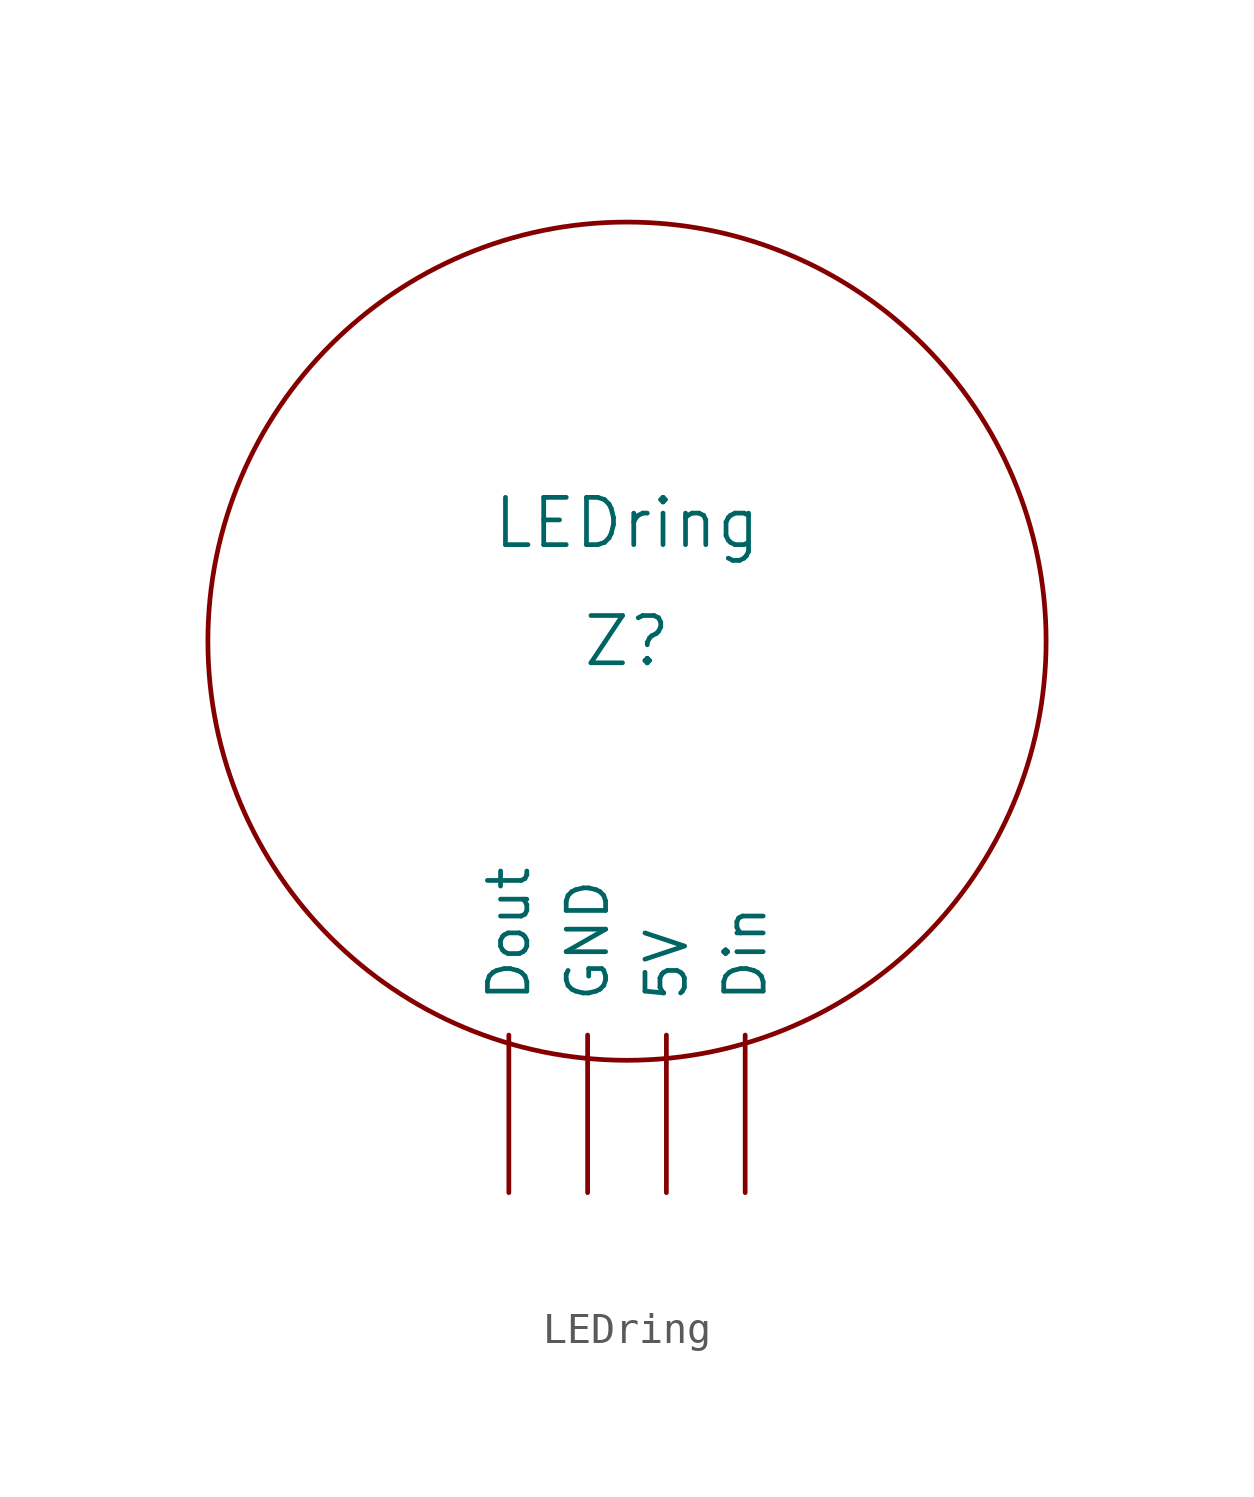
<source format=kicad_sym>
(kicad_symbol_lib
  (version 20220914)
  (generator kicad_symbol_editor)
  (symbol "LEDring"
    (pin_names
      (offset 1.016))
    (property "Reference" "Z"
      (at 0 0 0)
      (effects (font (size 1.524 1.524))))
    (property "Value" "LEDring"
      (at 0 3.81 0)
      (effects (font (size 1.524 1.524))))
    (symbol "LEDring_0_1"
      (circle (center 0 0) (radius 13.513) (stroke (width 0) (type solid)) (fill (type none))))
    (symbol "LEDring_1_0"
      (pin input line (at 1.27 -17.78 90) (length 5.08) (name "5V" (effects (font (size 1.27 1.27)))) (number "~" (effects (font (size 1.27 1.27)))))
      (pin input line (at 3.81 -17.78 90) (length 5.08) (name "Din" (effects (font (size 1.27 1.27)))) (number "~" (effects (font (size 1.27 1.27)))))
      (pin input line (at -3.81 -17.78 90) (length 5.08) (name "Dout" (effects (font (size 1.27 1.27)))) (number "~" (effects (font (size 1.27 1.27)))))
      (pin input line (at -1.27 -17.78 90) (length 5.08) (name "GND" (effects (font (size 1.27 1.27)))) (number "~" (effects (font (size 1.27 1.27))))))))
</source>
